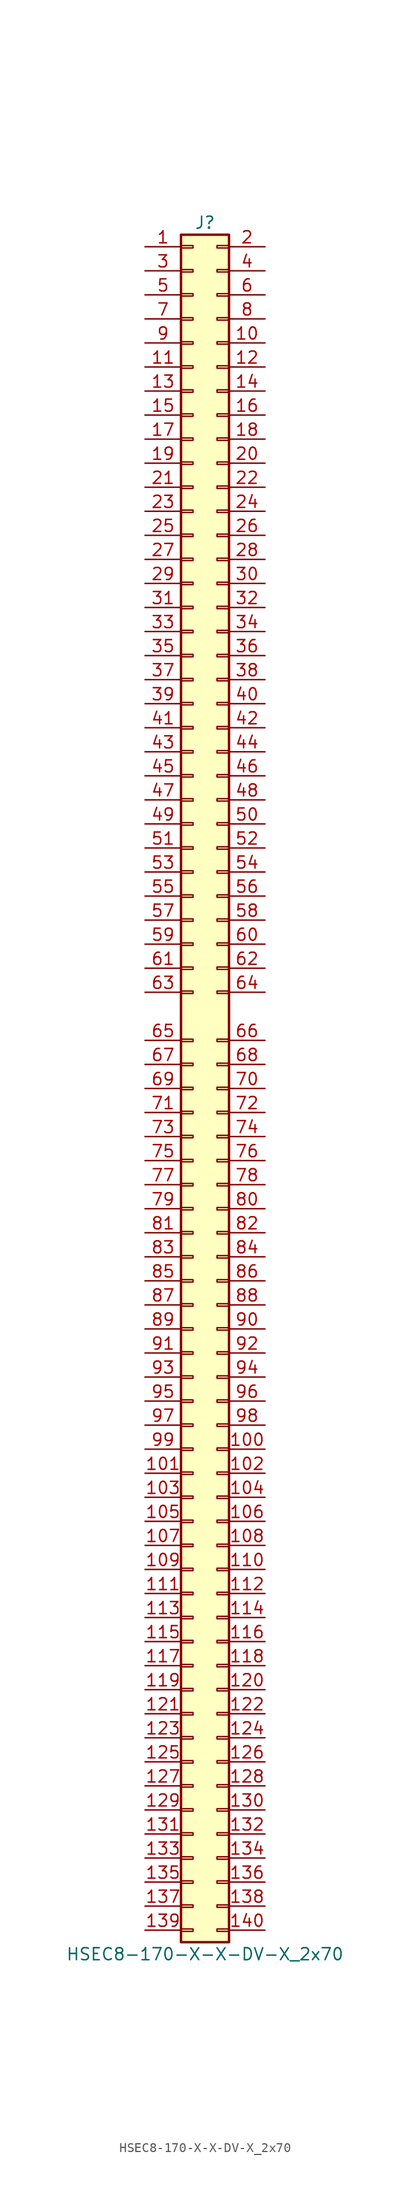
<source format=kicad_sym>
(kicad_symbol_lib
  (version 20231120)
  (generator "kicad_symbol_editor")
  (generator_version "8.0")
  (symbol "HSEC8-170-X-X-DV-X_2x70"
    (pin_names
      (offset 1.016) hide)
    (property "Reference" "J"
      (at 1.27 91.44 0)
      (effects (font (size 1.27 1.27))))
    (property "Value" "HSEC8-170-X-X-DV-X_2x70"
      (at 1.27 -91.44 0)
      (effects (font (size 1.27 1.27))))
    (property "ki_locked" ""
      (at 0 0 0)
      (effects (font (size 1.27 1.27))))
    (symbol "HSEC8-170-X-X-DV-X_2x70_1_1"
      (rectangle (start -1.27 -88.773) (end 0 -89.027) (stroke (width 0.152) (type default)) (fill (type none)))
      (rectangle (start -1.27 -86.233) (end 0 -86.487) (stroke (width 0.152) (type default)) (fill (type none)))
      (rectangle (start -1.27 -83.693) (end 0 -83.947) (stroke (width 0.152) (type default)) (fill (type none)))
      (rectangle (start -1.27 -81.153) (end 0 -81.407) (stroke (width 0.152) (type default)) (fill (type none)))
      (rectangle (start -1.27 -78.613) (end 0 -78.867) (stroke (width 0.152) (type default)) (fill (type none)))
      (rectangle (start -1.27 -76.073) (end 0 -76.327) (stroke (width 0.152) (type default)) (fill (type none)))
      (rectangle (start -1.27 -73.533) (end 0 -73.787) (stroke (width 0.152) (type default)) (fill (type none)))
      (rectangle (start -1.27 -70.993) (end 0 -71.247) (stroke (width 0.152) (type default)) (fill (type none)))
      (rectangle (start -1.27 -68.453) (end 0 -68.707) (stroke (width 0.152) (type default)) (fill (type none)))
      (rectangle (start -1.27 -65.913) (end 0 -66.167) (stroke (width 0.152) (type default)) (fill (type none)))
      (rectangle (start -1.27 -63.373) (end 0 -63.627) (stroke (width 0.152) (type default)) (fill (type none)))
      (rectangle (start -1.27 -60.833) (end 0 -61.087) (stroke (width 0.152) (type default)) (fill (type none)))
      (rectangle (start -1.27 -58.293) (end 0 -58.547) (stroke (width 0.152) (type default)) (fill (type none)))
      (rectangle (start -1.27 -55.753) (end 0 -56.007) (stroke (width 0.152) (type default)) (fill (type none)))
      (rectangle (start -1.27 -53.213) (end 0 -53.467) (stroke (width 0.152) (type default)) (fill (type none)))
      (rectangle (start -1.27 -50.673) (end 0 -50.927) (stroke (width 0.152) (type default)) (fill (type none)))
      (rectangle (start -1.27 -48.133) (end 0 -48.387) (stroke (width 0.152) (type default)) (fill (type none)))
      (rectangle (start -1.27 -45.593) (end 0 -45.847) (stroke (width 0.152) (type default)) (fill (type none)))
      (rectangle (start -1.27 -43.053) (end 0 -43.307) (stroke (width 0.152) (type default)) (fill (type none)))
      (rectangle (start -1.27 -40.513) (end 0 -40.767) (stroke (width 0.152) (type default)) (fill (type none)))
      (rectangle (start -1.27 -37.973) (end 0 -38.227) (stroke (width 0.152) (type default)) (fill (type none)))
      (rectangle (start -1.27 -35.433) (end 0 -35.687) (stroke (width 0.152) (type default)) (fill (type none)))
      (rectangle (start -1.27 -32.893) (end 0 -33.147) (stroke (width 0.152) (type default)) (fill (type none)))
      (rectangle (start -1.27 -30.353) (end 0 -30.607) (stroke (width 0.152) (type default)) (fill (type none)))
      (rectangle (start -1.27 -27.813) (end 0 -28.067) (stroke (width 0.152) (type default)) (fill (type none)))
      (rectangle (start -1.27 -25.273) (end 0 -25.527) (stroke (width 0.152) (type default)) (fill (type none)))
      (rectangle (start -1.27 -22.733) (end 0 -22.987) (stroke (width 0.152) (type default)) (fill (type none)))
      (rectangle (start -1.27 -20.193) (end 0 -20.447) (stroke (width 0.152) (type default)) (fill (type none)))
      (rectangle (start -1.27 -17.653) (end 0 -17.907) (stroke (width 0.152) (type default)) (fill (type none)))
      (rectangle (start -1.27 -15.113) (end 0 -15.367) (stroke (width 0.152) (type default)) (fill (type none)))
      (rectangle (start -1.27 -12.573) (end 0 -12.827) (stroke (width 0.152) (type default)) (fill (type none)))
      (rectangle (start -1.27 -10.033) (end 0 -10.287) (stroke (width 0.152) (type default)) (fill (type none)))
      (rectangle (start -1.27 -7.493) (end 0 -7.747) (stroke (width 0.152) (type default)) (fill (type none)))
      (rectangle (start -1.27 -4.953) (end 0 -5.207) (stroke (width 0.152) (type default)) (fill (type none)))
      (rectangle (start -1.27 -2.413) (end 0 -2.667) (stroke (width 0.152) (type default)) (fill (type none)))
      (rectangle (start -1.27 0.127) (end 0 -0.127) (stroke (width 0.152) (type default)) (fill (type none)))
      (rectangle (start -1.27 2.667) (end 0 2.413) (stroke (width 0.152) (type default)) (fill (type none)))
      (rectangle (start -1.27 5.207) (end 0 4.953) (stroke (width 0.152) (type default)) (fill (type none)))
      (rectangle (start -1.27 10.287) (end 0 10.033) (stroke (width 0.152) (type default)) (fill (type none)))
      (rectangle (start -1.27 12.827) (end 0 12.573) (stroke (width 0.152) (type default)) (fill (type none)))
      (rectangle (start -1.27 15.367) (end 0 15.113) (stroke (width 0.152) (type default)) (fill (type none)))
      (rectangle (start -1.27 17.907) (end 0 17.653) (stroke (width 0.152) (type default)) (fill (type none)))
      (rectangle (start -1.27 20.447) (end 0 20.193) (stroke (width 0.152) (type default)) (fill (type none)))
      (rectangle (start -1.27 22.987) (end 0 22.733) (stroke (width 0.152) (type default)) (fill (type none)))
      (rectangle (start -1.27 25.527) (end 0 25.273) (stroke (width 0.152) (type default)) (fill (type none)))
      (rectangle (start -1.27 28.067) (end 0 27.813) (stroke (width 0.152) (type default)) (fill (type none)))
      (rectangle (start -1.27 30.607) (end 0 30.353) (stroke (width 0.152) (type default)) (fill (type none)))
      (rectangle (start -1.27 33.147) (end 0 32.893) (stroke (width 0.152) (type default)) (fill (type none)))
      (rectangle (start -1.27 35.687) (end 0 35.433) (stroke (width 0.152) (type default)) (fill (type none)))
      (rectangle (start -1.27 38.227) (end 0 37.973) (stroke (width 0.152) (type default)) (fill (type none)))
      (rectangle (start -1.27 40.767) (end 0 40.513) (stroke (width 0.152) (type default)) (fill (type none)))
      (rectangle (start -1.27 43.307) (end 0 43.053) (stroke (width 0.152) (type default)) (fill (type none)))
      (rectangle (start -1.27 45.847) (end 0 45.593) (stroke (width 0.152) (type default)) (fill (type none)))
      (rectangle (start -1.27 48.387) (end 0 48.133) (stroke (width 0.152) (type default)) (fill (type none)))
      (rectangle (start -1.27 50.927) (end 0 50.673) (stroke (width 0.152) (type default)) (fill (type none)))
      (rectangle (start -1.27 53.467) (end 0 53.213) (stroke (width 0.152) (type default)) (fill (type none)))
      (rectangle (start -1.27 56.007) (end 0 55.753) (stroke (width 0.152) (type default)) (fill (type none)))
      (rectangle (start -1.27 58.547) (end 0 58.293) (stroke (width 0.152) (type default)) (fill (type none)))
      (rectangle (start -1.27 61.087) (end 0 60.833) (stroke (width 0.152) (type default)) (fill (type none)))
      (rectangle (start -1.27 63.627) (end 0 63.373) (stroke (width 0.152) (type default)) (fill (type none)))
      (rectangle (start -1.27 66.167) (end 0 65.913) (stroke (width 0.152) (type default)) (fill (type none)))
      (rectangle (start -1.27 68.707) (end 0 68.453) (stroke (width 0.152) (type default)) (fill (type none)))
      (rectangle (start -1.27 71.247) (end 0 70.993) (stroke (width 0.152) (type default)) (fill (type none)))
      (rectangle (start -1.27 73.787) (end 0 73.533) (stroke (width 0.152) (type default)) (fill (type none)))
      (rectangle (start -1.27 76.327) (end 0 76.073) (stroke (width 0.152) (type default)) (fill (type none)))
      (rectangle (start -1.27 78.867) (end 0 78.613) (stroke (width 0.152) (type default)) (fill (type none)))
      (rectangle (start -1.27 81.407) (end 0 81.153) (stroke (width 0.152) (type default)) (fill (type none)))
      (rectangle (start -1.27 83.947) (end 0 83.693) (stroke (width 0.152) (type default)) (fill (type none)))
      (rectangle (start -1.27 86.487) (end 0 86.233) (stroke (width 0.152) (type default)) (fill (type none)))
      (rectangle (start -1.27 89.027) (end 0 88.773) (stroke (width 0.152) (type default)) (fill (type none)))
      (rectangle (start -1.27 90.17) (end 3.81 -90.17) (stroke (width 0.254) (type default)) (fill (type background)))
      (rectangle (start 3.81 -88.773) (end 2.54 -89.027) (stroke (width 0.152) (type default)) (fill (type none)))
      (rectangle (start 3.81 -86.233) (end 2.54 -86.487) (stroke (width 0.152) (type default)) (fill (type none)))
      (rectangle (start 3.81 -83.693) (end 2.54 -83.947) (stroke (width 0.152) (type default)) (fill (type none)))
      (rectangle (start 3.81 -81.153) (end 2.54 -81.407) (stroke (width 0.152) (type default)) (fill (type none)))
      (rectangle (start 3.81 -78.613) (end 2.54 -78.867) (stroke (width 0.152) (type default)) (fill (type none)))
      (rectangle (start 3.81 -76.073) (end 2.54 -76.327) (stroke (width 0.152) (type default)) (fill (type none)))
      (rectangle (start 3.81 -73.533) (end 2.54 -73.787) (stroke (width 0.152) (type default)) (fill (type none)))
      (rectangle (start 3.81 -70.993) (end 2.54 -71.247) (stroke (width 0.152) (type default)) (fill (type none)))
      (rectangle (start 3.81 -68.453) (end 2.54 -68.707) (stroke (width 0.152) (type default)) (fill (type none)))
      (rectangle (start 3.81 -65.913) (end 2.54 -66.167) (stroke (width 0.152) (type default)) (fill (type none)))
      (rectangle (start 3.81 -63.373) (end 2.54 -63.627) (stroke (width 0.152) (type default)) (fill (type none)))
      (rectangle (start 3.81 -60.833) (end 2.54 -61.087) (stroke (width 0.152) (type default)) (fill (type none)))
      (rectangle (start 3.81 -58.293) (end 2.54 -58.547) (stroke (width 0.152) (type default)) (fill (type none)))
      (rectangle (start 3.81 -55.753) (end 2.54 -56.007) (stroke (width 0.152) (type default)) (fill (type none)))
      (rectangle (start 3.81 -53.213) (end 2.54 -53.467) (stroke (width 0.152) (type default)) (fill (type none)))
      (rectangle (start 3.81 -50.673) (end 2.54 -50.927) (stroke (width 0.152) (type default)) (fill (type none)))
      (rectangle (start 3.81 -48.133) (end 2.54 -48.387) (stroke (width 0.152) (type default)) (fill (type none)))
      (rectangle (start 3.81 -45.593) (end 2.54 -45.847) (stroke (width 0.152) (type default)) (fill (type none)))
      (rectangle (start 3.81 -43.053) (end 2.54 -43.307) (stroke (width 0.152) (type default)) (fill (type none)))
      (rectangle (start 3.81 -40.513) (end 2.54 -40.767) (stroke (width 0.152) (type default)) (fill (type none)))
      (rectangle (start 3.81 -37.973) (end 2.54 -38.227) (stroke (width 0.152) (type default)) (fill (type none)))
      (rectangle (start 3.81 -35.433) (end 2.54 -35.687) (stroke (width 0.152) (type default)) (fill (type none)))
      (rectangle (start 3.81 -32.893) (end 2.54 -33.147) (stroke (width 0.152) (type default)) (fill (type none)))
      (rectangle (start 3.81 -30.353) (end 2.54 -30.607) (stroke (width 0.152) (type default)) (fill (type none)))
      (rectangle (start 3.81 -27.813) (end 2.54 -28.067) (stroke (width 0.152) (type default)) (fill (type none)))
      (rectangle (start 3.81 -25.273) (end 2.54 -25.527) (stroke (width 0.152) (type default)) (fill (type none)))
      (rectangle (start 3.81 -22.733) (end 2.54 -22.987) (stroke (width 0.152) (type default)) (fill (type none)))
      (rectangle (start 3.81 -20.193) (end 2.54 -20.447) (stroke (width 0.152) (type default)) (fill (type none)))
      (rectangle (start 3.81 -17.653) (end 2.54 -17.907) (stroke (width 0.152) (type default)) (fill (type none)))
      (rectangle (start 3.81 -15.113) (end 2.54 -15.367) (stroke (width 0.152) (type default)) (fill (type none)))
      (rectangle (start 3.81 -12.573) (end 2.54 -12.827) (stroke (width 0.152) (type default)) (fill (type none)))
      (rectangle (start 3.81 -10.033) (end 2.54 -10.287) (stroke (width 0.152) (type default)) (fill (type none)))
      (rectangle (start 3.81 -7.493) (end 2.54 -7.747) (stroke (width 0.152) (type default)) (fill (type none)))
      (rectangle (start 3.81 -4.953) (end 2.54 -5.207) (stroke (width 0.152) (type default)) (fill (type none)))
      (rectangle (start 3.81 -2.413) (end 2.54 -2.667) (stroke (width 0.152) (type default)) (fill (type none)))
      (rectangle (start 3.81 0.127) (end 2.54 -0.127) (stroke (width 0.152) (type default)) (fill (type none)))
      (rectangle (start 3.81 2.667) (end 2.54 2.413) (stroke (width 0.152) (type default)) (fill (type none)))
      (rectangle (start 3.81 5.207) (end 2.54 4.953) (stroke (width 0.152) (type default)) (fill (type none)))
      (rectangle (start 3.81 10.287) (end 2.54 10.033) (stroke (width 0.152) (type default)) (fill (type none)))
      (rectangle (start 3.81 12.827) (end 2.54 12.573) (stroke (width 0.152) (type default)) (fill (type none)))
      (rectangle (start 3.81 15.367) (end 2.54 15.113) (stroke (width 0.152) (type default)) (fill (type none)))
      (rectangle (start 3.81 17.907) (end 2.54 17.653) (stroke (width 0.152) (type default)) (fill (type none)))
      (rectangle (start 3.81 20.447) (end 2.54 20.193) (stroke (width 0.152) (type default)) (fill (type none)))
      (rectangle (start 3.81 22.987) (end 2.54 22.733) (stroke (width 0.152) (type default)) (fill (type none)))
      (rectangle (start 3.81 25.527) (end 2.54 25.273) (stroke (width 0.152) (type default)) (fill (type none)))
      (rectangle (start 3.81 28.067) (end 2.54 27.813) (stroke (width 0.152) (type default)) (fill (type none)))
      (rectangle (start 3.81 30.607) (end 2.54 30.353) (stroke (width 0.152) (type default)) (fill (type none)))
      (rectangle (start 3.81 33.147) (end 2.54 32.893) (stroke (width 0.152) (type default)) (fill (type none)))
      (rectangle (start 3.81 35.687) (end 2.54 35.433) (stroke (width 0.152) (type default)) (fill (type none)))
      (rectangle (start 3.81 38.227) (end 2.54 37.973) (stroke (width 0.152) (type default)) (fill (type none)))
      (rectangle (start 3.81 40.767) (end 2.54 40.513) (stroke (width 0.152) (type default)) (fill (type none)))
      (rectangle (start 3.81 43.307) (end 2.54 43.053) (stroke (width 0.152) (type default)) (fill (type none)))
      (rectangle (start 3.81 45.847) (end 2.54 45.593) (stroke (width 0.152) (type default)) (fill (type none)))
      (rectangle (start 3.81 48.387) (end 2.54 48.133) (stroke (width 0.152) (type default)) (fill (type none)))
      (rectangle (start 3.81 50.927) (end 2.54 50.673) (stroke (width 0.152) (type default)) (fill (type none)))
      (rectangle (start 3.81 53.467) (end 2.54 53.213) (stroke (width 0.152) (type default)) (fill (type none)))
      (rectangle (start 3.81 56.007) (end 2.54 55.753) (stroke (width 0.152) (type default)) (fill (type none)))
      (rectangle (start 3.81 58.547) (end 2.54 58.293) (stroke (width 0.152) (type default)) (fill (type none)))
      (rectangle (start 3.81 61.087) (end 2.54 60.833) (stroke (width 0.152) (type default)) (fill (type none)))
      (rectangle (start 3.81 63.627) (end 2.54 63.373) (stroke (width 0.152) (type default)) (fill (type none)))
      (rectangle (start 3.81 66.167) (end 2.54 65.913) (stroke (width 0.152) (type default)) (fill (type none)))
      (rectangle (start 3.81 68.707) (end 2.54 68.453) (stroke (width 0.152) (type default)) (fill (type none)))
      (rectangle (start 3.81 71.247) (end 2.54 70.993) (stroke (width 0.152) (type default)) (fill (type none)))
      (rectangle (start 3.81 73.787) (end 2.54 73.533) (stroke (width 0.152) (type default)) (fill (type none)))
      (rectangle (start 3.81 76.327) (end 2.54 76.073) (stroke (width 0.152) (type default)) (fill (type none)))
      (rectangle (start 3.81 78.867) (end 2.54 78.613) (stroke (width 0.152) (type default)) (fill (type none)))
      (rectangle (start 3.81 81.407) (end 2.54 81.153) (stroke (width 0.152) (type default)) (fill (type none)))
      (rectangle (start 3.81 83.947) (end 2.54 83.693) (stroke (width 0.152) (type default)) (fill (type none)))
      (rectangle (start 3.81 86.487) (end 2.54 86.233) (stroke (width 0.152) (type default)) (fill (type none)))
      (rectangle (start 3.81 89.027) (end 2.54 88.773) (stroke (width 0.152) (type default)) (fill (type none)))
      (pin passive line (at -5.08 88.9 0) (length 3.81) (name "Pin_1" (effects (font (size 1.27 1.27)))) (number "1" (effects (font (size 1.27 1.27)))))
      (pin passive line (at 7.62 78.74 180) (length 3.81) (name "Pin_10" (effects (font (size 1.27 1.27)))) (number "10" (effects (font (size 1.27 1.27)))))
      (pin passive line (at 7.62 -38.1 180) (length 3.81) (name "Pin_100" (effects (font (size 1.27 1.27)))) (number "100" (effects (font (size 1.27 1.27)))))
      (pin passive line (at -5.08 -40.64 0) (length 3.81) (name "Pin_101" (effects (font (size 1.27 1.27)))) (number "101" (effects (font (size 1.27 1.27)))))
      (pin passive line (at 7.62 -40.64 180) (length 3.81) (name "Pin_102" (effects (font (size 1.27 1.27)))) (number "102" (effects (font (size 1.27 1.27)))))
      (pin passive line (at -5.08 -43.18 0) (length 3.81) (name "Pin_103" (effects (font (size 1.27 1.27)))) (number "103" (effects (font (size 1.27 1.27)))))
      (pin passive line (at 7.62 -43.18 180) (length 3.81) (name "Pin_104" (effects (font (size 1.27 1.27)))) (number "104" (effects (font (size 1.27 1.27)))))
      (pin passive line (at -5.08 -45.72 0) (length 3.81) (name "Pin_105" (effects (font (size 1.27 1.27)))) (number "105" (effects (font (size 1.27 1.27)))))
      (pin passive line (at 7.62 -45.72 180) (length 3.81) (name "Pin_106" (effects (font (size 1.27 1.27)))) (number "106" (effects (font (size 1.27 1.27)))))
      (pin passive line (at -5.08 -48.26 0) (length 3.81) (name "Pin_107" (effects (font (size 1.27 1.27)))) (number "107" (effects (font (size 1.27 1.27)))))
      (pin passive line (at 7.62 -48.26 180) (length 3.81) (name "Pin_108" (effects (font (size 1.27 1.27)))) (number "108" (effects (font (size 1.27 1.27)))))
      (pin passive line (at -5.08 -50.8 0) (length 3.81) (name "Pin_109" (effects (font (size 1.27 1.27)))) (number "109" (effects (font (size 1.27 1.27)))))
      (pin passive line (at -5.08 76.2 0) (length 3.81) (name "Pin_11" (effects (font (size 1.27 1.27)))) (number "11" (effects (font (size 1.27 1.27)))))
      (pin passive line (at 7.62 -50.8 180) (length 3.81) (name "Pin_110" (effects (font (size 1.27 1.27)))) (number "110" (effects (font (size 1.27 1.27)))))
      (pin passive line (at -5.08 -53.34 0) (length 3.81) (name "Pin_111" (effects (font (size 1.27 1.27)))) (number "111" (effects (font (size 1.27 1.27)))))
      (pin passive line (at 7.62 -53.34 180) (length 3.81) (name "Pin_112" (effects (font (size 1.27 1.27)))) (number "112" (effects (font (size 1.27 1.27)))))
      (pin passive line (at -5.08 -55.88 0) (length 3.81) (name "Pin_113" (effects (font (size 1.27 1.27)))) (number "113" (effects (font (size 1.27 1.27)))))
      (pin passive line (at 7.62 -55.88 180) (length 3.81) (name "Pin_114" (effects (font (size 1.27 1.27)))) (number "114" (effects (font (size 1.27 1.27)))))
      (pin passive line (at -5.08 -58.42 0) (length 3.81) (name "Pin_115" (effects (font (size 1.27 1.27)))) (number "115" (effects (font (size 1.27 1.27)))))
      (pin passive line (at 7.62 -58.42 180) (length 3.81) (name "Pin_116" (effects (font (size 1.27 1.27)))) (number "116" (effects (font (size 1.27 1.27)))))
      (pin passive line (at -5.08 -60.96 0) (length 3.81) (name "Pin_117" (effects (font (size 1.27 1.27)))) (number "117" (effects (font (size 1.27 1.27)))))
      (pin passive line (at 7.62 -60.96 180) (length 3.81) (name "Pin_118" (effects (font (size 1.27 1.27)))) (number "118" (effects (font (size 1.27 1.27)))))
      (pin passive line (at -5.08 -63.5 0) (length 3.81) (name "Pin_119" (effects (font (size 1.27 1.27)))) (number "119" (effects (font (size 1.27 1.27)))))
      (pin passive line (at 7.62 76.2 180) (length 3.81) (name "Pin_12" (effects (font (size 1.27 1.27)))) (number "12" (effects (font (size 1.27 1.27)))))
      (pin passive line (at 7.62 -63.5 180) (length 3.81) (name "Pin_120" (effects (font (size 1.27 1.27)))) (number "120" (effects (font (size 1.27 1.27)))))
      (pin passive line (at -5.08 -66.04 0) (length 3.81) (name "Pin_121" (effects (font (size 1.27 1.27)))) (number "121" (effects (font (size 1.27 1.27)))))
      (pin passive line (at 7.62 -66.04 180) (length 3.81) (name "Pin_122" (effects (font (size 1.27 1.27)))) (number "122" (effects (font (size 1.27 1.27)))))
      (pin passive line (at -5.08 -68.58 0) (length 3.81) (name "Pin_123" (effects (font (size 1.27 1.27)))) (number "123" (effects (font (size 1.27 1.27)))))
      (pin passive line (at 7.62 -68.58 180) (length 3.81) (name "Pin_124" (effects (font (size 1.27 1.27)))) (number "124" (effects (font (size 1.27 1.27)))))
      (pin passive line (at -5.08 -71.12 0) (length 3.81) (name "Pin_125" (effects (font (size 1.27 1.27)))) (number "125" (effects (font (size 1.27 1.27)))))
      (pin passive line (at 7.62 -71.12 180) (length 3.81) (name "Pin_126" (effects (font (size 1.27 1.27)))) (number "126" (effects (font (size 1.27 1.27)))))
      (pin passive line (at -5.08 -73.66 0) (length 3.81) (name "Pin_127" (effects (font (size 1.27 1.27)))) (number "127" (effects (font (size 1.27 1.27)))))
      (pin passive line (at 7.62 -73.66 180) (length 3.81) (name "Pin_128" (effects (font (size 1.27 1.27)))) (number "128" (effects (font (size 1.27 1.27)))))
      (pin passive line (at -5.08 -76.2 0) (length 3.81) (name "Pin_129" (effects (font (size 1.27 1.27)))) (number "129" (effects (font (size 1.27 1.27)))))
      (pin passive line (at -5.08 73.66 0) (length 3.81) (name "Pin_13" (effects (font (size 1.27 1.27)))) (number "13" (effects (font (size 1.27 1.27)))))
      (pin passive line (at 7.62 -76.2 180) (length 3.81) (name "Pin_130" (effects (font (size 1.27 1.27)))) (number "130" (effects (font (size 1.27 1.27)))))
      (pin passive line (at -5.08 -78.74 0) (length 3.81) (name "Pin_131" (effects (font (size 1.27 1.27)))) (number "131" (effects (font (size 1.27 1.27)))))
      (pin passive line (at 7.62 -78.74 180) (length 3.81) (name "Pin_132" (effects (font (size 1.27 1.27)))) (number "132" (effects (font (size 1.27 1.27)))))
      (pin passive line (at -5.08 -81.28 0) (length 3.81) (name "Pin_133" (effects (font (size 1.27 1.27)))) (number "133" (effects (font (size 1.27 1.27)))))
      (pin passive line (at 7.62 -81.28 180) (length 3.81) (name "Pin_134" (effects (font (size 1.27 1.27)))) (number "134" (effects (font (size 1.27 1.27)))))
      (pin passive line (at -5.08 -83.82 0) (length 3.81) (name "Pin_135" (effects (font (size 1.27 1.27)))) (number "135" (effects (font (size 1.27 1.27)))))
      (pin passive line (at 7.62 -83.82 180) (length 3.81) (name "Pin_136" (effects (font (size 1.27 1.27)))) (number "136" (effects (font (size 1.27 1.27)))))
      (pin passive line (at -5.08 -86.36 0) (length 3.81) (name "Pin_137" (effects (font (size 1.27 1.27)))) (number "137" (effects (font (size 1.27 1.27)))))
      (pin passive line (at 7.62 -86.36 180) (length 3.81) (name "Pin_138" (effects (font (size 1.27 1.27)))) (number "138" (effects (font (size 1.27 1.27)))))
      (pin passive line (at -5.08 -88.9 0) (length 3.81) (name "Pin_139" (effects (font (size 1.27 1.27)))) (number "139" (effects (font (size 1.27 1.27)))))
      (pin passive line (at 7.62 73.66 180) (length 3.81) (name "Pin_14" (effects (font (size 1.27 1.27)))) (number "14" (effects (font (size 1.27 1.27)))))
      (pin passive line (at 7.62 -88.9 180) (length 3.81) (name "Pin_140" (effects (font (size 1.27 1.27)))) (number "140" (effects (font (size 1.27 1.27)))))
      (pin passive line (at -5.08 71.12 0) (length 3.81) (name "Pin_15" (effects (font (size 1.27 1.27)))) (number "15" (effects (font (size 1.27 1.27)))))
      (pin passive line (at 7.62 71.12 180) (length 3.81) (name "Pin_16" (effects (font (size 1.27 1.27)))) (number "16" (effects (font (size 1.27 1.27)))))
      (pin passive line (at -5.08 68.58 0) (length 3.81) (name "Pin_17" (effects (font (size 1.27 1.27)))) (number "17" (effects (font (size 1.27 1.27)))))
      (pin passive line (at 7.62 68.58 180) (length 3.81) (name "Pin_18" (effects (font (size 1.27 1.27)))) (number "18" (effects (font (size 1.27 1.27)))))
      (pin passive line (at -5.08 66.04 0) (length 3.81) (name "Pin_19" (effects (font (size 1.27 1.27)))) (number "19" (effects (font (size 1.27 1.27)))))
      (pin passive line (at 7.62 88.9 180) (length 3.81) (name "Pin_2" (effects (font (size 1.27 1.27)))) (number "2" (effects (font (size 1.27 1.27)))))
      (pin passive line (at 7.62 66.04 180) (length 3.81) (name "Pin_20" (effects (font (size 1.27 1.27)))) (number "20" (effects (font (size 1.27 1.27)))))
      (pin passive line (at -5.08 63.5 0) (length 3.81) (name "Pin_21" (effects (font (size 1.27 1.27)))) (number "21" (effects (font (size 1.27 1.27)))))
      (pin passive line (at 7.62 63.5 180) (length 3.81) (name "Pin_22" (effects (font (size 1.27 1.27)))) (number "22" (effects (font (size 1.27 1.27)))))
      (pin passive line (at -5.08 60.96 0) (length 3.81) (name "Pin_23" (effects (font (size 1.27 1.27)))) (number "23" (effects (font (size 1.27 1.27)))))
      (pin passive line (at 7.62 60.96 180) (length 3.81) (name "Pin_24" (effects (font (size 1.27 1.27)))) (number "24" (effects (font (size 1.27 1.27)))))
      (pin passive line (at -5.08 58.42 0) (length 3.81) (name "Pin_25" (effects (font (size 1.27 1.27)))) (number "25" (effects (font (size 1.27 1.27)))))
      (pin passive line (at 7.62 58.42 180) (length 3.81) (name "Pin_26" (effects (font (size 1.27 1.27)))) (number "26" (effects (font (size 1.27 1.27)))))
      (pin passive line (at -5.08 55.88 0) (length 3.81) (name "Pin_27" (effects (font (size 1.27 1.27)))) (number "27" (effects (font (size 1.27 1.27)))))
      (pin passive line (at 7.62 55.88 180) (length 3.81) (name "Pin_28" (effects (font (size 1.27 1.27)))) (number "28" (effects (font (size 1.27 1.27)))))
      (pin passive line (at -5.08 53.34 0) (length 3.81) (name "Pin_29" (effects (font (size 1.27 1.27)))) (number "29" (effects (font (size 1.27 1.27)))))
      (pin passive line (at -5.08 86.36 0) (length 3.81) (name "Pin_3" (effects (font (size 1.27 1.27)))) (number "3" (effects (font (size 1.27 1.27)))))
      (pin passive line (at 7.62 53.34 180) (length 3.81) (name "Pin_30" (effects (font (size 1.27 1.27)))) (number "30" (effects (font (size 1.27 1.27)))))
      (pin passive line (at -5.08 50.8 0) (length 3.81) (name "Pin_31" (effects (font (size 1.27 1.27)))) (number "31" (effects (font (size 1.27 1.27)))))
      (pin passive line (at 7.62 50.8 180) (length 3.81) (name "Pin_32" (effects (font (size 1.27 1.27)))) (number "32" (effects (font (size 1.27 1.27)))))
      (pin passive line (at -5.08 48.26 0) (length 3.81) (name "Pin_33" (effects (font (size 1.27 1.27)))) (number "33" (effects (font (size 1.27 1.27)))))
      (pin passive line (at 7.62 48.26 180) (length 3.81) (name "Pin_34" (effects (font (size 1.27 1.27)))) (number "34" (effects (font (size 1.27 1.27)))))
      (pin passive line (at -5.08 45.72 0) (length 3.81) (name "Pin_35" (effects (font (size 1.27 1.27)))) (number "35" (effects (font (size 1.27 1.27)))))
      (pin passive line (at 7.62 45.72 180) (length 3.81) (name "Pin_36" (effects (font (size 1.27 1.27)))) (number "36" (effects (font (size 1.27 1.27)))))
      (pin passive line (at -5.08 43.18 0) (length 3.81) (name "Pin_37" (effects (font (size 1.27 1.27)))) (number "37" (effects (font (size 1.27 1.27)))))
      (pin passive line (at 7.62 43.18 180) (length 3.81) (name "Pin_38" (effects (font (size 1.27 1.27)))) (number "38" (effects (font (size 1.27 1.27)))))
      (pin passive line (at -5.08 40.64 0) (length 3.81) (name "Pin_39" (effects (font (size 1.27 1.27)))) (number "39" (effects (font (size 1.27 1.27)))))
      (pin passive line (at 7.62 86.36 180) (length 3.81) (name "Pin_4" (effects (font (size 1.27 1.27)))) (number "4" (effects (font (size 1.27 1.27)))))
      (pin passive line (at 7.62 40.64 180) (length 3.81) (name "Pin_40" (effects (font (size 1.27 1.27)))) (number "40" (effects (font (size 1.27 1.27)))))
      (pin passive line (at -5.08 38.1 0) (length 3.81) (name "Pin_41" (effects (font (size 1.27 1.27)))) (number "41" (effects (font (size 1.27 1.27)))))
      (pin passive line (at 7.62 38.1 180) (length 3.81) (name "Pin_42" (effects (font (size 1.27 1.27)))) (number "42" (effects (font (size 1.27 1.27)))))
      (pin passive line (at -5.08 35.56 0) (length 3.81) (name "Pin_43" (effects (font (size 1.27 1.27)))) (number "43" (effects (font (size 1.27 1.27)))))
      (pin passive line (at 7.62 35.56 180) (length 3.81) (name "Pin_44" (effects (font (size 1.27 1.27)))) (number "44" (effects (font (size 1.27 1.27)))))
      (pin passive line (at -5.08 33.02 0) (length 3.81) (name "Pin_45" (effects (font (size 1.27 1.27)))) (number "45" (effects (font (size 1.27 1.27)))))
      (pin passive line (at 7.62 33.02 180) (length 3.81) (name "Pin_46" (effects (font (size 1.27 1.27)))) (number "46" (effects (font (size 1.27 1.27)))))
      (pin passive line (at -5.08 30.48 0) (length 3.81) (name "Pin_47" (effects (font (size 1.27 1.27)))) (number "47" (effects (font (size 1.27 1.27)))))
      (pin passive line (at 7.62 30.48 180) (length 3.81) (name "Pin_48" (effects (font (size 1.27 1.27)))) (number "48" (effects (font (size 1.27 1.27)))))
      (pin passive line (at -5.08 27.94 0) (length 3.81) (name "Pin_49" (effects (font (size 1.27 1.27)))) (number "49" (effects (font (size 1.27 1.27)))))
      (pin passive line (at -5.08 83.82 0) (length 3.81) (name "Pin_5" (effects (font (size 1.27 1.27)))) (number "5" (effects (font (size 1.27 1.27)))))
      (pin passive line (at 7.62 27.94 180) (length 3.81) (name "Pin_50" (effects (font (size 1.27 1.27)))) (number "50" (effects (font (size 1.27 1.27)))))
      (pin passive line (at -5.08 25.4 0) (length 3.81) (name "Pin_51" (effects (font (size 1.27 1.27)))) (number "51" (effects (font (size 1.27 1.27)))))
      (pin passive line (at 7.62 25.4 180) (length 3.81) (name "Pin_52" (effects (font (size 1.27 1.27)))) (number "52" (effects (font (size 1.27 1.27)))))
      (pin passive line (at -5.08 22.86 0) (length 3.81) (name "Pin_53" (effects (font (size 1.27 1.27)))) (number "53" (effects (font (size 1.27 1.27)))))
      (pin passive line (at 7.62 22.86 180) (length 3.81) (name "Pin_54" (effects (font (size 1.27 1.27)))) (number "54" (effects (font (size 1.27 1.27)))))
      (pin passive line (at -5.08 20.32 0) (length 3.81) (name "Pin_55" (effects (font (size 1.27 1.27)))) (number "55" (effects (font (size 1.27 1.27)))))
      (pin passive line (at 7.62 20.32 180) (length 3.81) (name "Pin_56" (effects (font (size 1.27 1.27)))) (number "56" (effects (font (size 1.27 1.27)))))
      (pin passive line (at -5.08 17.78 0) (length 3.81) (name "Pin_57" (effects (font (size 1.27 1.27)))) (number "57" (effects (font (size 1.27 1.27)))))
      (pin passive line (at 7.62 17.78 180) (length 3.81) (name "Pin_58" (effects (font (size 1.27 1.27)))) (number "58" (effects (font (size 1.27 1.27)))))
      (pin passive line (at -5.08 15.24 0) (length 3.81) (name "Pin_59" (effects (font (size 1.27 1.27)))) (number "59" (effects (font (size 1.27 1.27)))))
      (pin passive line (at 7.62 83.82 180) (length 3.81) (name "Pin_6" (effects (font (size 1.27 1.27)))) (number "6" (effects (font (size 1.27 1.27)))))
      (pin passive line (at 7.62 15.24 180) (length 3.81) (name "Pin_60" (effects (font (size 1.27 1.27)))) (number "60" (effects (font (size 1.27 1.27)))))
      (pin passive line (at -5.08 12.7 0) (length 3.81) (name "Pin_61" (effects (font (size 1.27 1.27)))) (number "61" (effects (font (size 1.27 1.27)))))
      (pin passive line (at 7.62 12.7 180) (length 3.81) (name "Pin_62" (effects (font (size 1.27 1.27)))) (number "62" (effects (font (size 1.27 1.27)))))
      (pin passive line (at -5.08 10.16 0) (length 3.81) (name "Pin_63" (effects (font (size 1.27 1.27)))) (number "63" (effects (font (size 1.27 1.27)))))
      (pin passive line (at 7.62 10.16 180) (length 3.81) (name "Pin_64" (effects (font (size 1.27 1.27)))) (number "64" (effects (font (size 1.27 1.27)))))
      (pin passive line (at -5.08 5.08 0) (length 3.81) (name "Pin_65" (effects (font (size 1.27 1.27)))) (number "65" (effects (font (size 1.27 1.27)))))
      (pin passive line (at 7.62 5.08 180) (length 3.81) (name "Pin_66" (effects (font (size 1.27 1.27)))) (number "66" (effects (font (size 1.27 1.27)))))
      (pin passive line (at -5.08 2.54 0) (length 3.81) (name "Pin_67" (effects (font (size 1.27 1.27)))) (number "67" (effects (font (size 1.27 1.27)))))
      (pin passive line (at 7.62 2.54 180) (length 3.81) (name "Pin_68" (effects (font (size 1.27 1.27)))) (number "68" (effects (font (size 1.27 1.27)))))
      (pin passive line (at -5.08 0 0) (length 3.81) (name "Pin_69" (effects (font (size 1.27 1.27)))) (number "69" (effects (font (size 1.27 1.27)))))
      (pin passive line (at -5.08 81.28 0) (length 3.81) (name "Pin_7" (effects (font (size 1.27 1.27)))) (number "7" (effects (font (size 1.27 1.27)))))
      (pin passive line (at 7.62 0 180) (length 3.81) (name "Pin_70" (effects (font (size 1.27 1.27)))) (number "70" (effects (font (size 1.27 1.27)))))
      (pin passive line (at -5.08 -2.54 0) (length 3.81) (name "Pin_71" (effects (font (size 1.27 1.27)))) (number "71" (effects (font (size 1.27 1.27)))))
      (pin passive line (at 7.62 -2.54 180) (length 3.81) (name "Pin_72" (effects (font (size 1.27 1.27)))) (number "72" (effects (font (size 1.27 1.27)))))
      (pin passive line (at -5.08 -5.08 0) (length 3.81) (name "Pin_73" (effects (font (size 1.27 1.27)))) (number "73" (effects (font (size 1.27 1.27)))))
      (pin passive line (at 7.62 -5.08 180) (length 3.81) (name "Pin_74" (effects (font (size 1.27 1.27)))) (number "74" (effects (font (size 1.27 1.27)))))
      (pin passive line (at -5.08 -7.62 0) (length 3.81) (name "Pin_75" (effects (font (size 1.27 1.27)))) (number "75" (effects (font (size 1.27 1.27)))))
      (pin passive line (at 7.62 -7.62 180) (length 3.81) (name "Pin_76" (effects (font (size 1.27 1.27)))) (number "76" (effects (font (size 1.27 1.27)))))
      (pin passive line (at -5.08 -10.16 0) (length 3.81) (name "Pin_77" (effects (font (size 1.27 1.27)))) (number "77" (effects (font (size 1.27 1.27)))))
      (pin passive line (at 7.62 -10.16 180) (length 3.81) (name "Pin_78" (effects (font (size 1.27 1.27)))) (number "78" (effects (font (size 1.27 1.27)))))
      (pin passive line (at -5.08 -12.7 0) (length 3.81) (name "Pin_79" (effects (font (size 1.27 1.27)))) (number "79" (effects (font (size 1.27 1.27)))))
      (pin passive line (at 7.62 81.28 180) (length 3.81) (name "Pin_8" (effects (font (size 1.27 1.27)))) (number "8" (effects (font (size 1.27 1.27)))))
      (pin passive line (at 7.62 -12.7 180) (length 3.81) (name "Pin_80" (effects (font (size 1.27 1.27)))) (number "80" (effects (font (size 1.27 1.27)))))
      (pin passive line (at -5.08 -15.24 0) (length 3.81) (name "Pin_81" (effects (font (size 1.27 1.27)))) (number "81" (effects (font (size 1.27 1.27)))))
      (pin passive line (at 7.62 -15.24 180) (length 3.81) (name "Pin_82" (effects (font (size 1.27 1.27)))) (number "82" (effects (font (size 1.27 1.27)))))
      (pin passive line (at -5.08 -17.78 0) (length 3.81) (name "Pin_83" (effects (font (size 1.27 1.27)))) (number "83" (effects (font (size 1.27 1.27)))))
      (pin passive line (at 7.62 -17.78 180) (length 3.81) (name "Pin_84" (effects (font (size 1.27 1.27)))) (number "84" (effects (font (size 1.27 1.27)))))
      (pin passive line (at -5.08 -20.32 0) (length 3.81) (name "Pin_85" (effects (font (size 1.27 1.27)))) (number "85" (effects (font (size 1.27 1.27)))))
      (pin passive line (at 7.62 -20.32 180) (length 3.81) (name "Pin_86" (effects (font (size 1.27 1.27)))) (number "86" (effects (font (size 1.27 1.27)))))
      (pin passive line (at -5.08 -22.86 0) (length 3.81) (name "Pin_87" (effects (font (size 1.27 1.27)))) (number "87" (effects (font (size 1.27 1.27)))))
      (pin passive line (at 7.62 -22.86 180) (length 3.81) (name "Pin_88" (effects (font (size 1.27 1.27)))) (number "88" (effects (font (size 1.27 1.27)))))
      (pin passive line (at -5.08 -25.4 0) (length 3.81) (name "Pin_89" (effects (font (size 1.27 1.27)))) (number "89" (effects (font (size 1.27 1.27)))))
      (pin passive line (at -5.08 78.74 0) (length 3.81) (name "Pin_9" (effects (font (size 1.27 1.27)))) (number "9" (effects (font (size 1.27 1.27)))))
      (pin passive line (at 7.62 -25.4 180) (length 3.81) (name "Pin_90" (effects (font (size 1.27 1.27)))) (number "90" (effects (font (size 1.27 1.27)))))
      (pin passive line (at -5.08 -27.94 0) (length 3.81) (name "Pin_91" (effects (font (size 1.27 1.27)))) (number "91" (effects (font (size 1.27 1.27)))))
      (pin passive line (at 7.62 -27.94 180) (length 3.81) (name "Pin_92" (effects (font (size 1.27 1.27)))) (number "92" (effects (font (size 1.27 1.27)))))
      (pin passive line (at -5.08 -30.48 0) (length 3.81) (name "Pin_93" (effects (font (size 1.27 1.27)))) (number "93" (effects (font (size 1.27 1.27)))))
      (pin passive line (at 7.62 -30.48 180) (length 3.81) (name "Pin_94" (effects (font (size 1.27 1.27)))) (number "94" (effects (font (size 1.27 1.27)))))
      (pin passive line (at -5.08 -33.02 0) (length 3.81) (name "Pin_95" (effects (font (size 1.27 1.27)))) (number "95" (effects (font (size 1.27 1.27)))))
      (pin passive line (at 7.62 -33.02 180) (length 3.81) (name "Pin_96" (effects (font (size 1.27 1.27)))) (number "96" (effects (font (size 1.27 1.27)))))
      (pin passive line (at -5.08 -35.56 0) (length 3.81) (name "Pin_97" (effects (font (size 1.27 1.27)))) (number "97" (effects (font (size 1.27 1.27)))))
      (pin passive line (at 7.62 -35.56 180) (length 3.81) (name "Pin_98" (effects (font (size 1.27 1.27)))) (number "98" (effects (font (size 1.27 1.27)))))
      (pin passive line (at -5.08 -38.1 0) (length 3.81) (name "Pin_99" (effects (font (size 1.27 1.27)))) (number "99" (effects (font (size 1.27 1.27))))))))
</source>
